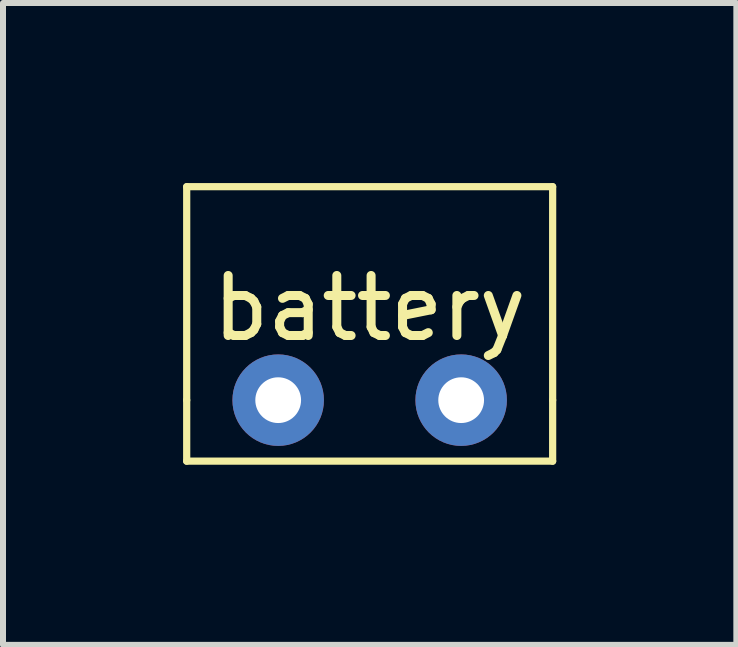
<source format=kicad_pcb>
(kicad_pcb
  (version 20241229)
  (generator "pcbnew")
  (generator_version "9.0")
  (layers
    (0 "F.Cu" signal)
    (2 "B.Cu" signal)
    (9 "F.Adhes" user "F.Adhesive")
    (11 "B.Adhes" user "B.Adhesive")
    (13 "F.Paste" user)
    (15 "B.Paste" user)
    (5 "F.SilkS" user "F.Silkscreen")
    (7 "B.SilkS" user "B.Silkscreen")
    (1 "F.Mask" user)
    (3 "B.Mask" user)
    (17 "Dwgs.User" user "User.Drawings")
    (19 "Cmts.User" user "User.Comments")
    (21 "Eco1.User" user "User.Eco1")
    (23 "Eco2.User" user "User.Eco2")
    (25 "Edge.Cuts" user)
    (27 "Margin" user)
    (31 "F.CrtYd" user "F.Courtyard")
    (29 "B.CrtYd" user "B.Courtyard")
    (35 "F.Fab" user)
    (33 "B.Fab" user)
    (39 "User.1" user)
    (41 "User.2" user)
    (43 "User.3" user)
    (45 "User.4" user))
  (footprint "battery"
    (layer "F.Cu")
    (at 3.108 1.584)
    (property "Reference" "battery" (at 0 0.5 0) (layer "F.SilkS") (effects (font (size 1 1) (thickness 0.15))))
    (attr through_hole)
    (fp_line (start -3.048 -1.524) (end 3.048 -1.524) (stroke (width 0.12) (type solid)) (layer "F.SilkS"))
    (fp_line (start -3.048 2.032) (end -3.048 -1.524) (stroke (width 0.12) (type solid)) (layer "F.SilkS"))
    (fp_line (start -3.048 2.032) (end -3.048 3.048) (stroke (width 0.12) (type solid)) (layer "F.SilkS"))
    (fp_line (start -3.048 3.048) (end 3.048 3.048) (stroke (width 0.12) (type solid)) (layer "F.SilkS"))
    (fp_line (start 3.048 -1.524) (end 3.048 2.032) (stroke (width 0.12) (type solid)) (layer "F.SilkS"))
    (fp_line (start 3.048 3.048) (end 3.048 2.032) (stroke (width 0.12) (type solid)) (layer "F.SilkS"))
    (pad "1" thru_hole circle (at -1.524 2.032) (size 1.524 1.524) (drill 0.762) (layers "*.Cu" "*.Mask"))
    (pad "2" thru_hole circle (at 1.524 2.032) (size 1.524 1.524) (drill 0.762) (layers "*.Cu" "*.Mask")))
  (gr_rect
    (start -3 -3)
    (end 9.216 7.692)
    (stroke (width 0.1) (type default))
    (fill no)
    (layer "Edge.Cuts")))
</source>
